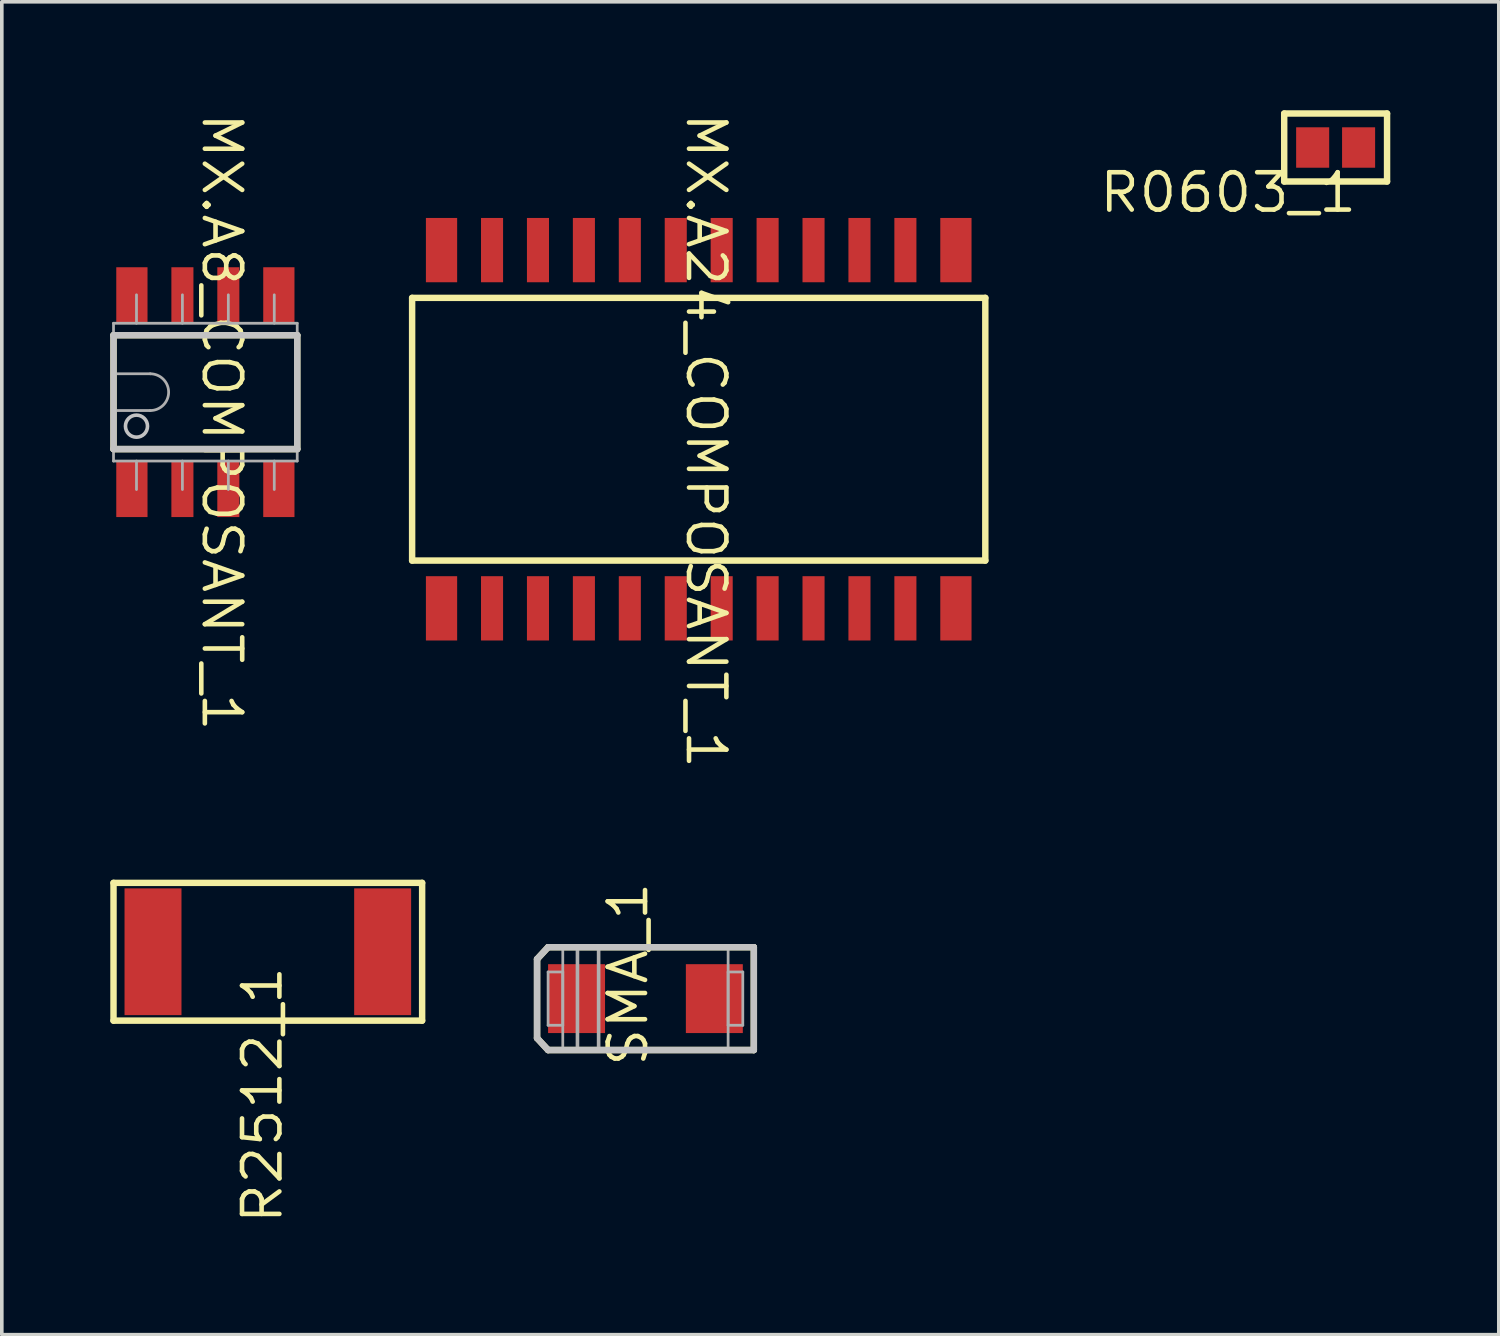
<source format=kicad_pcb>
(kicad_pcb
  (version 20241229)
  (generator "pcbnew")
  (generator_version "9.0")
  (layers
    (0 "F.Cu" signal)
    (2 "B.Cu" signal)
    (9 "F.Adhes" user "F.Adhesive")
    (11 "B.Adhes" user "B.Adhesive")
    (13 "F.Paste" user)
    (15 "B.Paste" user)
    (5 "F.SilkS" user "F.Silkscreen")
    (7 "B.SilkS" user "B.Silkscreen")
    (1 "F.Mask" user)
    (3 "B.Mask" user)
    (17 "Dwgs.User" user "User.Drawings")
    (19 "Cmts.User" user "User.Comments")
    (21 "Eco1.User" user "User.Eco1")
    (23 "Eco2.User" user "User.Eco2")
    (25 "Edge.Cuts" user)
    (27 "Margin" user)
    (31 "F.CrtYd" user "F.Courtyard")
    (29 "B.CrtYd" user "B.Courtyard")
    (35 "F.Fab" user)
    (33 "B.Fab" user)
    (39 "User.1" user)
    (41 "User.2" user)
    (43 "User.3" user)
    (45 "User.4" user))
  (footprint "SMA_1"
    (layer "F.Cu")
    (at 14.798 24.564)
    (property "Reference" "SMA_1" (at -0.483 -0.673 90) (unlocked yes) (layer "F.SilkS") (effects (font (size 1.033 1.087) (thickness 0.127))))
    (attr smd)
    (fp_line (start -2.997 -1.092) (end -2.692 -1.422) (stroke (width 0.178) (type solid)) (layer "F.SilkS"))
    (fp_line (start -2.997 1.092) (end -2.997 -1.092) (stroke (width 0.178) (type solid)) (layer "F.SilkS"))
    (fp_line (start -2.997 1.092) (end -2.692 1.422) (stroke (width 0.178) (type solid)) (layer "F.SilkS"))
    (fp_line (start -2.692 -1.422) (end 2.997 -1.422) (stroke (width 0.178) (type solid)) (layer "F.SilkS"))
    (fp_line (start -2.692 1.422) (end 2.997 1.422) (stroke (width 0.178) (type solid)) (layer "F.SilkS"))
    (fp_line (start 2.997 1.422) (end 2.997 -1.422) (stroke (width 0.178) (type solid)) (layer "F.SilkS"))
    (fp_line (start -2.997 -1.092) (end -2.692 -1.422) (stroke (width 0.178) (type solid)) (layer "Dwgs.User"))
    (fp_line (start -2.997 1.092) (end -2.997 -1.092) (stroke (width 0.178) (type solid)) (layer "Dwgs.User"))
    (fp_line (start -2.997 1.092) (end -2.692 1.422) (stroke (width 0.178) (type solid)) (layer "Dwgs.User"))
    (fp_line (start -2.692 -1.422) (end 2.997 -1.422) (stroke (width 0.178) (type solid)) (layer "Dwgs.User"))
    (fp_line (start -2.692 1.422) (end 2.997 1.422) (stroke (width 0.178) (type solid)) (layer "Dwgs.User"))
    (fp_line (start 2.997 1.422) (end 2.997 -1.422) (stroke (width 0.178) (type solid)) (layer "Dwgs.User"))
    (fp_line (start -2.692 -0.737) (end -2.286 -0.737) (stroke (width 0.076) (type solid)) (layer "F.Fab"))
    (fp_line (start -2.692 0.737) (end -2.692 -0.737) (stroke (width 0.076) (type solid)) (layer "F.Fab"))
    (fp_line (start -2.692 0.737) (end -2.286 0.737) (stroke (width 0.076) (type solid)) (layer "F.Fab"))
    (fp_line (start -2.286 -1.397) (end 2.286 -1.397) (stroke (width 0.076) (type solid)) (layer "F.Fab"))
    (fp_line (start -2.286 0.737) (end -2.286 -0.737) (stroke (width 0.076) (type solid)) (layer "F.Fab"))
    (fp_line (start -2.286 1.397) (end -2.286 -1.397) (stroke (width 0.076) (type solid)) (layer "F.Fab"))
    (fp_line (start -2.286 1.397) (end 2.286 1.397) (stroke (width 0.076) (type solid)) (layer "F.Fab"))
    (fp_line (start -1.88 -1.397) (end -1.295 -1.397) (stroke (width 0.1) (type solid)) (layer "F.Fab"))
    (fp_line (start -1.88 1.397) (end -1.88 -1.397) (stroke (width 0.1) (type solid)) (layer "F.Fab"))
    (fp_line (start -1.88 1.397) (end -1.295 1.397) (stroke (width 0.1) (type solid)) (layer "F.Fab"))
    (fp_line (start -1.295 1.397) (end -1.295 -1.397) (stroke (width 0.1) (type solid)) (layer "F.Fab"))
    (fp_line (start 2.286 -0.737) (end 2.692 -0.737) (stroke (width 0.076) (type solid)) (layer "F.Fab"))
    (fp_line (start 2.286 0.737) (end 2.286 -0.737) (stroke (width 0.076) (type solid)) (layer "F.Fab"))
    (fp_line (start 2.286 0.737) (end 2.692 0.737) (stroke (width 0.076) (type solid)) (layer "F.Fab"))
    (fp_line (start 2.286 1.397) (end 2.286 -1.397) (stroke (width 0.076) (type solid)) (layer "F.Fab"))
    (fp_line (start 2.692 0.737) (end 2.692 -0.737) (stroke (width 0.076) (type solid)) (layer "F.Fab"))
    (pad "A" smd rect (at 1.905 0) (size 1.575 1.905) (layers "F.Cu" "F.Mask" "F.Paste"))
    (pad "K" smd rect (at -1.905 0) (size 1.575 1.905) (layers "F.Cu" "F.Mask" "F.Paste")))
  (footprint "R0603_1"
    (layer "F.Cu")
    (at 33.883 1.029)
    (property "Reference" "R0603_1" (at -2.972 1.245 0) (unlocked yes) (layer "F.SilkS") (effects (font (size 1.033 1.087) (thickness 0.127))))
    (attr smd)
    (fp_line (start -1.422 -0.94) (end 1.422 -0.94) (stroke (width 0.178) (type solid)) (layer "F.SilkS"))
    (fp_line (start -1.422 0.94) (end -1.422 -0.94) (stroke (width 0.178) (type solid)) (layer "F.SilkS"))
    (fp_line (start -1.422 0.94) (end 1.422 0.94) (stroke (width 0.178) (type solid)) (layer "F.SilkS"))
    (fp_line (start 1.422 0.94) (end 1.422 -0.94) (stroke (width 0.178) (type solid)) (layer "F.SilkS"))
    (pad "1" smd rect (at -0.635 0) (size 0.914 1.118) (layers "F.Cu" "F.Mask" "F.Paste"))
    (pad "2" smd rect (at 0.635 0) (size 0.914 1.118) (layers "F.Cu" "F.Mask" "F.Paste")))
  (footprint "MX.A24_COMPOSANT_1"
    (layer "F.Cu")
    (at 16.271 8.819)
    (property "Reference" "MX.A24_COMPOSANT_1" (at 0.203 0.318 270) (unlocked yes) (layer "F.SilkS") (effects (font (size 1.033 1.087) (thickness 0.127))))
    (attr smd)
    (fp_line (start -7.925 -3.632) (end 7.925 -3.632) (stroke (width 0.178) (type solid)) (layer "F.SilkS"))
    (fp_line (start -7.925 3.632) (end -7.925 -3.632) (stroke (width 0.178) (type solid)) (layer "F.SilkS"))
    (fp_line (start -7.925 3.632) (end 7.925 3.632) (stroke (width 0.178) (type solid)) (layer "F.SilkS"))
    (fp_line (start 7.925 3.632) (end 7.925 -3.632) (stroke (width 0.178) (type solid)) (layer "F.SilkS"))
    (pad "1" smd rect (at -7.112 4.953) (size 0.864 1.778) (layers "F.Cu" "F.Mask" "F.Paste"))
    (pad "2" smd rect (at -5.715 4.953) (size 0.61 1.778) (layers "F.Cu" "F.Mask" "F.Paste"))
    (pad "3" smd rect (at -4.445 4.953) (size 0.61 1.778) (layers "F.Cu" "F.Mask" "F.Paste"))
    (pad "4" smd rect (at -3.175 4.953) (size 0.61 1.778) (layers "F.Cu" "F.Mask" "F.Paste"))
    (pad "5" smd rect (at -1.905 4.953) (size 0.61 1.778) (layers "F.Cu" "F.Mask" "F.Paste"))
    (pad "6" smd rect (at -0.635 4.953) (size 0.61 1.778) (layers "F.Cu" "F.Mask" "F.Paste"))
    (pad "7" smd rect (at 0.635 4.953) (size 0.61 1.778) (layers "F.Cu" "F.Mask" "F.Paste"))
    (pad "8" smd rect (at 1.905 4.953) (size 0.61 1.778) (layers "F.Cu" "F.Mask" "F.Paste"))
    (pad "9" smd rect (at 3.175 4.953) (size 0.61 1.778) (layers "F.Cu" "F.Mask" "F.Paste"))
    (pad "10" smd rect (at 4.445 4.953) (size 0.61 1.778) (layers "F.Cu" "F.Mask" "F.Paste"))
    (pad "11" smd rect (at 5.715 4.953) (size 0.61 1.778) (layers "F.Cu" "F.Mask" "F.Paste"))
    (pad "12" smd rect (at 7.112 4.953) (size 0.864 1.778) (layers "F.Cu" "F.Mask" "F.Paste"))
    (pad "13" smd rect (at 7.112 -4.953) (size 0.864 1.778) (layers "F.Cu" "F.Mask" "F.Paste"))
    (pad "14" smd rect (at 5.715 -4.953) (size 0.61 1.778) (layers "F.Cu" "F.Mask" "F.Paste"))
    (pad "15" smd rect (at 4.445 -4.953) (size 0.61 1.778) (layers "F.Cu" "F.Mask" "F.Paste"))
    (pad "16" smd rect (at 3.175 -4.953) (size 0.61 1.778) (layers "F.Cu" "F.Mask" "F.Paste"))
    (pad "17" smd rect (at 1.905 -4.953) (size 0.61 1.778) (layers "F.Cu" "F.Mask" "F.Paste"))
    (pad "18" smd rect (at 0.635 -4.953) (size 0.61 1.778) (layers "F.Cu" "F.Mask" "F.Paste"))
    (pad "19" smd rect (at -0.635 -4.953) (size 0.61 1.778) (layers "F.Cu" "F.Mask" "F.Paste"))
    (pad "20" smd rect (at -1.905 -4.953) (size 0.61 1.778) (layers "F.Cu" "F.Mask" "F.Paste"))
    (pad "21" smd rect (at -3.175 -4.953) (size 0.61 1.778) (layers "F.Cu" "F.Mask" "F.Paste"))
    (pad "22" smd rect (at -4.445 -4.953) (size 0.61 1.778) (layers "F.Cu" "F.Mask" "F.Paste"))
    (pad "23" smd rect (at -5.715 -4.953) (size 0.61 1.778) (layers "F.Cu" "F.Mask" "F.Paste"))
    (pad "24" smd rect (at -7.112 -4.953) (size 0.864 1.778) (layers "F.Cu" "F.Mask" "F.Paste")))
  (footprint "MX.A8_COMPOSANT_1"
    (layer "F.Cu")
    (at 2.629 7.794)
    (property "Reference" "MX.A8_COMPOSANT_1" (at 0.457 0.826 270) (unlocked yes) (layer "F.SilkS") (effects (font (size 1.033 1.087) (thickness 0.127))))
    (attr smd)
    (fp_line (start -2.54 -1.575) (end 2.54 -1.575) (stroke (width 0.178) (type solid)) (layer "F.SilkS"))
    (fp_line (start -2.54 1.575) (end -2.54 -1.575) (stroke (width 0.178) (type solid)) (layer "F.SilkS"))
    (fp_line (start -2.54 1.575) (end 2.54 1.575) (stroke (width 0.178) (type solid)) (layer "F.SilkS"))
    (fp_line (start 2.54 1.575) (end 2.54 -1.575) (stroke (width 0.178) (type solid)) (layer "F.SilkS"))
    (fp_line (start -2.54 -1.575) (end 2.54 -1.575) (stroke (width 0.178) (type solid)) (layer "Dwgs.User"))
    (fp_line (start -2.54 1.575) (end -2.54 -1.575) (stroke (width 0.178) (type solid)) (layer "Dwgs.User"))
    (fp_line (start -2.54 1.575) (end 2.54 1.575) (stroke (width 0.178) (type solid)) (layer "Dwgs.User"))
    (fp_line (start 2.54 1.575) (end 2.54 -1.575) (stroke (width 0.178) (type solid)) (layer "Dwgs.User"))
    (fp_circle (center -1.905 0.94) (end -1.6 0.94) (stroke (width 0.1) (type solid)) (fill no) (layer "Dwgs.User"))
    (fp_line (start -2.54 -1.905) (end 2.54 -1.905) (stroke (width 0.076) (type solid)) (layer "F.Fab"))
    (fp_line (start -2.54 -0.508) (end -1.524 -0.508) (stroke (width 0.076) (type solid)) (layer "F.Fab"))
    (fp_line (start -2.54 0.508) (end -1.524 0.508) (stroke (width 0.076) (type solid)) (layer "F.Fab"))
    (fp_line (start -2.54 1.905) (end -2.54 -1.905) (stroke (width 0.076) (type solid)) (layer "F.Fab"))
    (fp_line (start -2.54 1.905) (end 2.54 1.905) (stroke (width 0.076) (type solid)) (layer "F.Fab"))
    (fp_line (start -1.905 -1.905) (end -1.905 -2.692) (stroke (width 0.076) (type solid)) (layer "F.Fab"))
    (fp_line (start -1.905 2.692) (end -1.905 1.905) (stroke (width 0.076) (type solid)) (layer "F.Fab"))
    (fp_line (start -0.635 -1.905) (end -0.635 -2.692) (stroke (width 0.076) (type solid)) (layer "F.Fab"))
    (fp_line (start -0.635 2.692) (end -0.635 1.905) (stroke (width 0.076) (type solid)) (layer "F.Fab"))
    (fp_line (start 0.635 -1.905) (end 0.635 -2.692) (stroke (width 0.076) (type solid)) (layer "F.Fab"))
    (fp_line (start 0.635 2.692) (end 0.635 1.905) (stroke (width 0.076) (type solid)) (layer "F.Fab"))
    (fp_line (start 1.905 -1.905) (end 1.905 -2.692) (stroke (width 0.076) (type solid)) (layer "F.Fab"))
    (fp_line (start 1.905 2.692) (end 1.905 1.905) (stroke (width 0.076) (type solid)) (layer "F.Fab"))
    (fp_line (start 2.54 1.905) (end 2.54 -1.905) (stroke (width 0.076) (type solid)) (layer "F.Fab"))
    (fp_arc (start -1.524 -0.508) (mid -1.016 0) (end -1.524 0.508) (stroke (width 0.0762) (type solid)) (layer "F.Fab"))
    (pad "1" smd rect (at -2.032 2.692) (size 0.864 1.524) (layers "F.Cu" "F.Mask" "F.Paste"))
    (pad "2" smd rect (at -0.635 2.692) (size 0.61 1.524) (layers "F.Cu" "F.Mask" "F.Paste"))
    (pad "3" smd rect (at 0.635 2.692) (size 0.61 1.524) (layers "F.Cu" "F.Mask" "F.Paste"))
    (pad "4" smd rect (at 2.032 2.692) (size 0.864 1.524) (layers "F.Cu" "F.Mask" "F.Paste"))
    (pad "5" smd rect (at 2.032 -2.692) (size 0.864 1.524) (layers "F.Cu" "F.Mask" "F.Paste"))
    (pad "6" smd rect (at 0.635 -2.692) (size 0.61 1.524) (layers "F.Cu" "F.Mask" "F.Paste"))
    (pad "7" smd rect (at -0.635 -2.692) (size 0.61 1.524) (layers "F.Cu" "F.Mask" "F.Paste"))
    (pad "8" smd rect (at -2.032 -2.692) (size 0.864 1.524) (layers "F.Cu" "F.Mask" "F.Paste")))
  (footprint "R2512_1"
    (layer "F.Cu")
    (at 4.356 23.268)
    (property "Reference" "R2512_1" (at -0.152 3.962 90) (unlocked yes) (layer "F.SilkS") (effects (font (size 1.033 1.087) (thickness 0.127))))
    (attr smd)
    (fp_line (start -4.267 -1.905) (end 4.267 -1.905) (stroke (width 0.178) (type solid)) (layer "F.SilkS"))
    (fp_line (start -4.267 1.905) (end -4.267 -1.905) (stroke (width 0.178) (type solid)) (layer "F.SilkS"))
    (fp_line (start -4.267 1.905) (end 4.267 1.905) (stroke (width 0.178) (type solid)) (layer "F.SilkS"))
    (fp_line (start 4.267 1.905) (end 4.267 -1.905) (stroke (width 0.178) (type solid)) (layer "F.SilkS"))
    (pad "1" smd rect (at -3.175 0) (size 1.575 3.505) (layers "F.Cu" "F.Mask" "F.Paste"))
    (pad "2" smd rect (at 3.175 0) (size 1.575 3.505) (layers "F.Cu" "F.Mask" "F.Paste")))
  (gr_rect
    (start -3 -3)
    (end 38.395 33.856)
    (stroke (width 0.1) (type default))
    (fill no)
    (layer "Edge.Cuts")))
</source>
